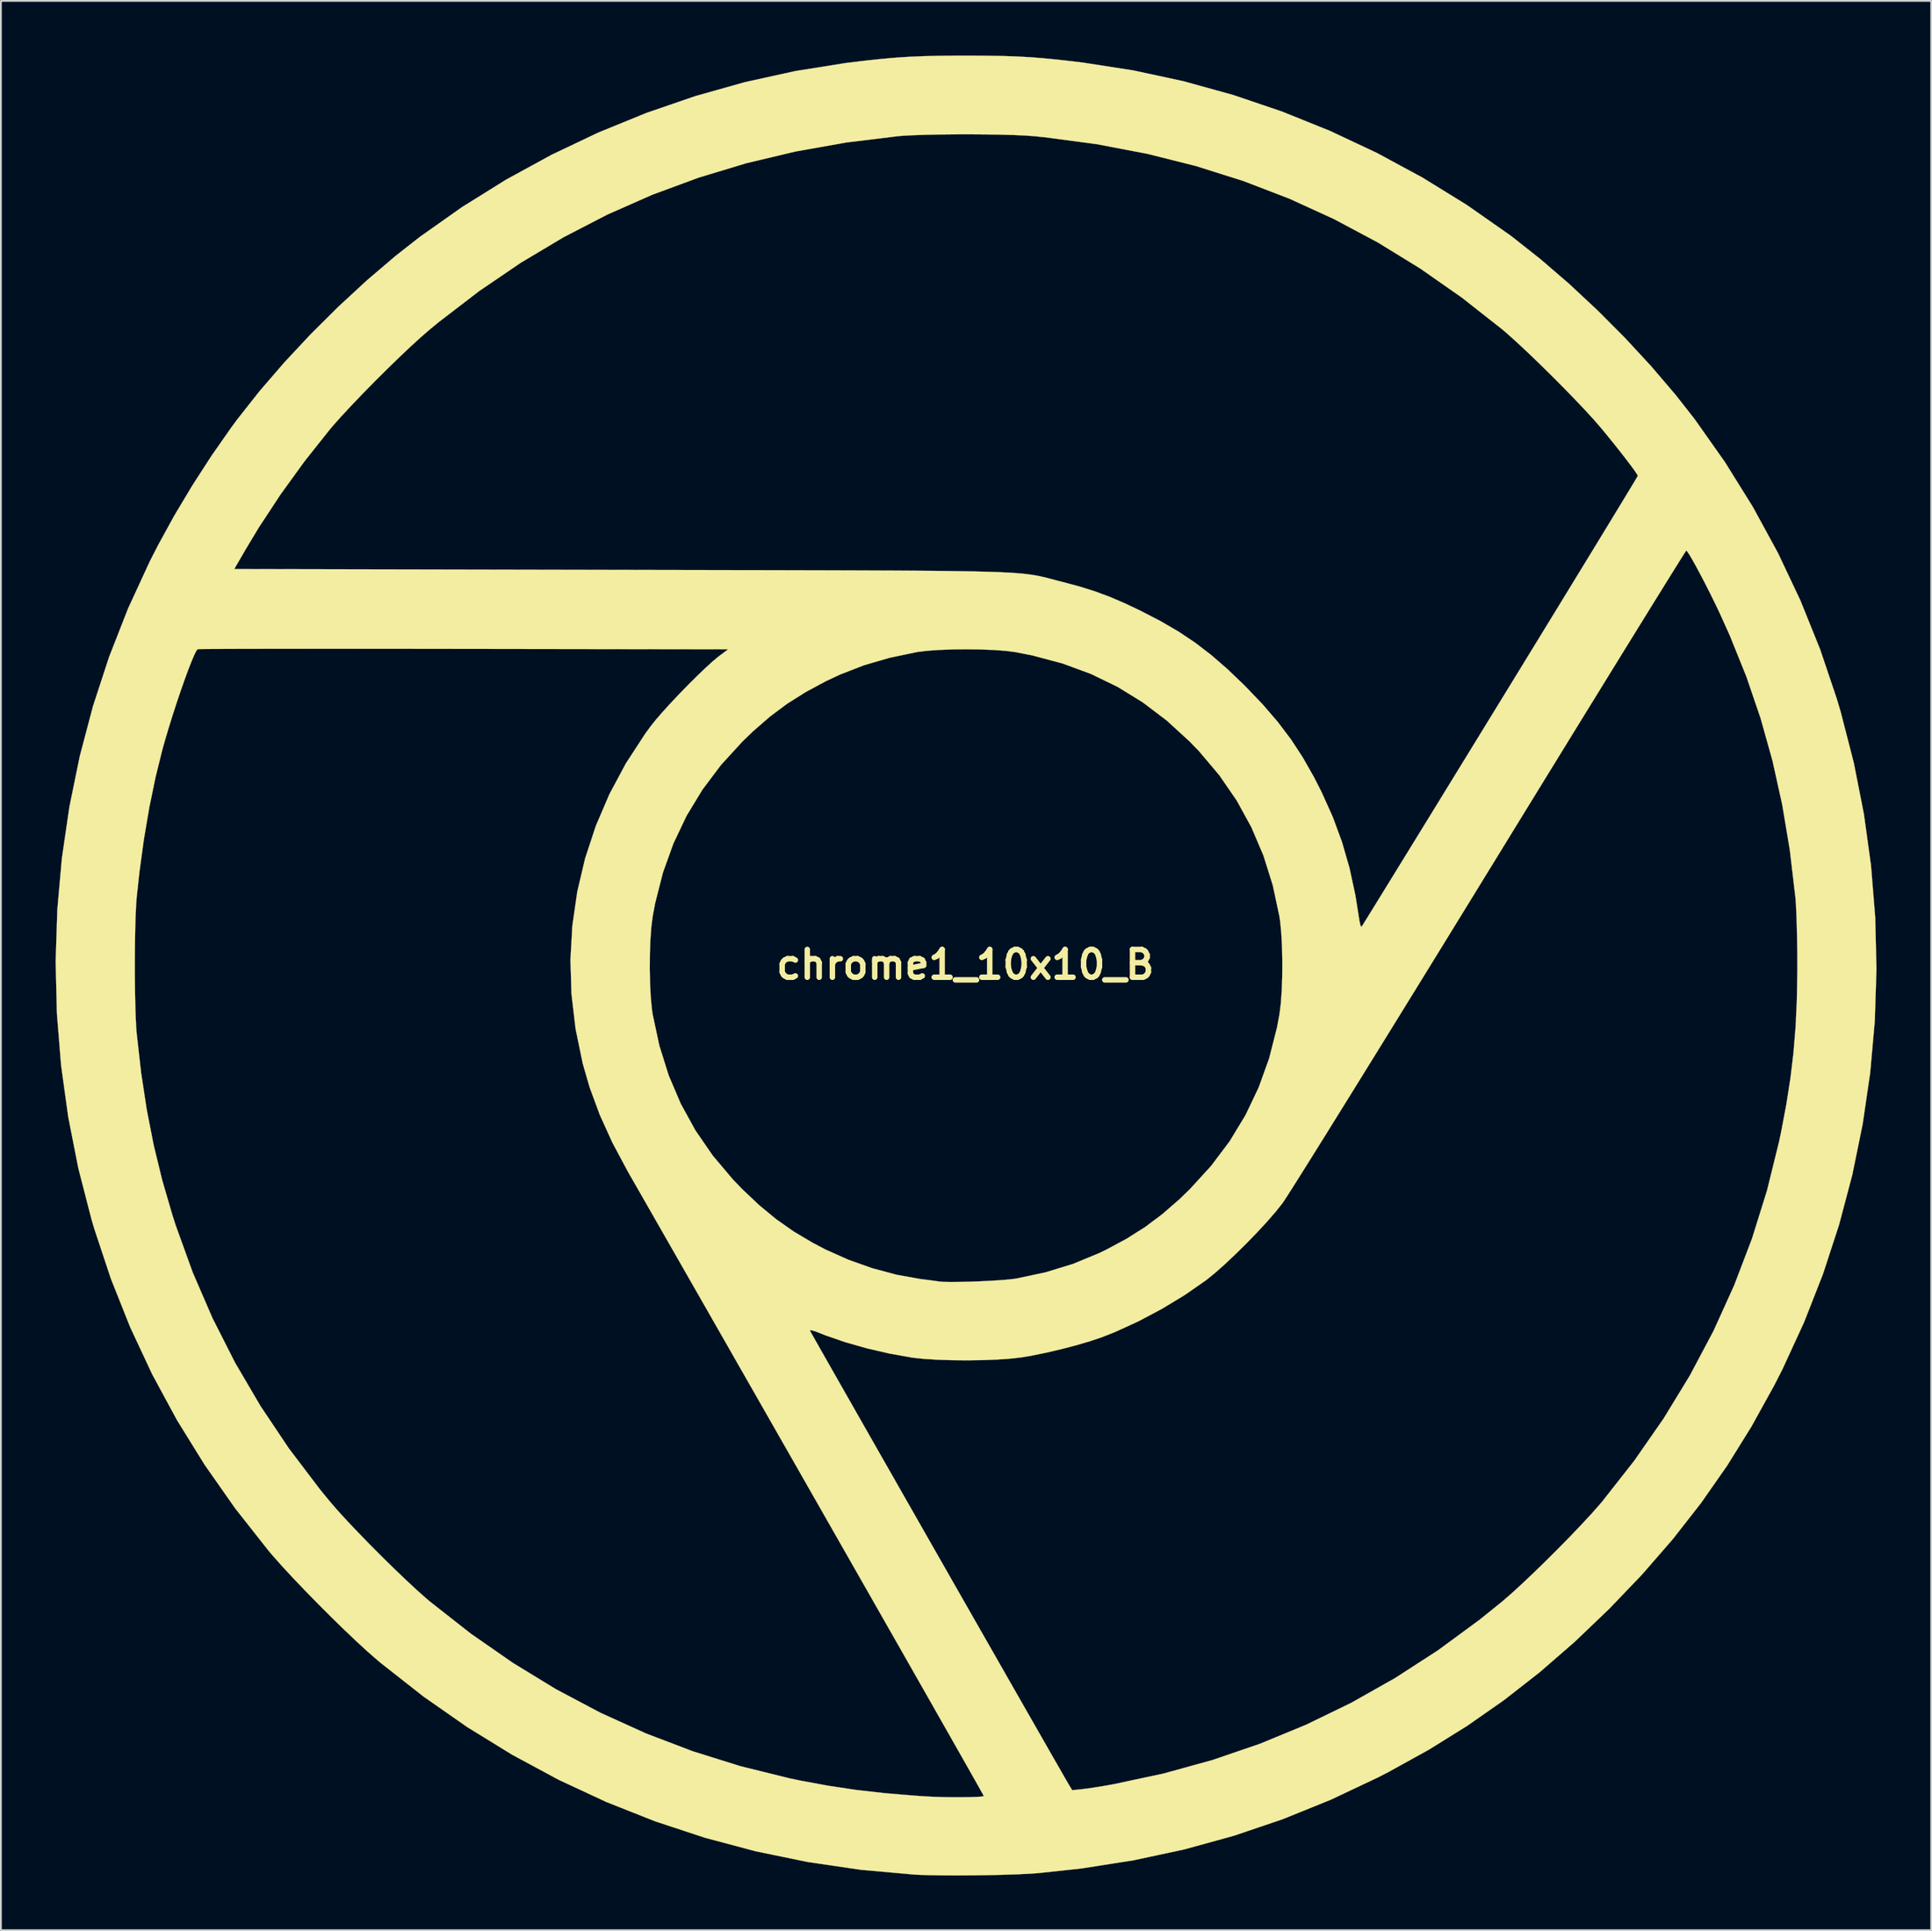
<source format=kicad_pcb>
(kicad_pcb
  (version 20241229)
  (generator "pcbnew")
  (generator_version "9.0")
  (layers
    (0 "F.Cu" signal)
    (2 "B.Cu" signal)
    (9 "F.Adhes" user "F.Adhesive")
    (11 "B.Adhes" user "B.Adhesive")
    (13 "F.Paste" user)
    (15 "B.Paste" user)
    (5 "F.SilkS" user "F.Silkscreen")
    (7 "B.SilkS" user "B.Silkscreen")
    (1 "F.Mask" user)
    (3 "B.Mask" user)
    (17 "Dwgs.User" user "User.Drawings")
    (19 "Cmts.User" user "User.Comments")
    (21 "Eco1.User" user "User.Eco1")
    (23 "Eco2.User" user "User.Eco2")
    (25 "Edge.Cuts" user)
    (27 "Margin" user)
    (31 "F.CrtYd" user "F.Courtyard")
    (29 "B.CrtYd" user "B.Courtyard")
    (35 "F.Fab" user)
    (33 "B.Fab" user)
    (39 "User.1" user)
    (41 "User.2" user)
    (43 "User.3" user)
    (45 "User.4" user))
  (footprint "chrome1_10x10_B"
    (layer "F.Cu")
    (at 49.933 49.906)
    (property "Reference" "chrome1_10x10_B" (at 0 0 0) (layer "F.SilkS") (effects (font (size 1.524 1.524) (thickness 0.3))))
    (attr through_hole)
    (fp_poly (pts (xy 1.055 -49.897) (xy 1.94 -49.884) (xy 2.738 -49.859) (xy 3.491 -49.819) (xy 4.241 -49.762) (xy 5.028 -49.686) (xy 5.894 -49.589) (xy 6.435 -49.523) (xy 9.211 -49.093) (xy 11.968 -48.499) (xy 14.696 -47.744) (xy 17.384 -46.833) (xy 20.02 -45.77) (xy 22.596 -44.559) (xy 25.1 -43.204) (xy 27.521 -41.71) (xy 29.85 -40.081) (xy 30.026 -39.95) (xy 31.577 -38.725) (xy 33.146 -37.372) (xy 34.701 -35.921) (xy 36.213 -34.403) (xy 37.65 -32.848) (xy 38.982 -31.287) (xy 40.029 -29.953) (xy 41.7 -27.584) (xy 43.229 -25.128) (xy 44.611 -22.592) (xy 45.843 -19.983) (xy 46.921 -17.309) (xy 47.842 -14.578) (xy 48.047 -13.885) (xy 48.766 -11.095) (xy 49.322 -8.278) (xy 49.714 -5.442) (xy 49.944 -2.595) (xy 50.013 0.254) (xy 49.921 3.099) (xy 49.669 5.932) (xy 49.258 8.744) (xy 48.689 11.528) (xy 47.962 14.275) (xy 47.079 16.979) (xy 46.039 19.632) (xy 44.845 22.225) (xy 44.4 23.097) (xy 43.151 25.355) (xy 41.82 27.497) (xy 40.387 29.549) (xy 38.838 31.532) (xy 37.153 33.472) (xy 35.353 35.353) (xy 33.45 37.173) (xy 31.529 38.842) (xy 29.568 40.374) (xy 27.543 41.789) (xy 25.431 43.102) (xy 23.209 44.33) (xy 22.648 44.618) (xy 20.059 45.842) (xy 17.429 46.907) (xy 14.753 47.815) (xy 12.021 48.568) (xy 9.227 49.167) (xy 6.362 49.616) (xy 4.022 49.868) (xy 3.483 49.905) (xy 2.811 49.937) (xy 2.042 49.962) (xy 1.211 49.981) (xy 0.355 49.992) (xy -0.49 49.997) (xy -1.289 49.993) (xy -2.005 49.981) (xy -2.603 49.961) (xy -2.794 49.95) (xy -5.746 49.686) (xy -8.649 49.259) (xy -11.5 48.672) (xy -14.296 47.926) (xy -17.033 47.023) (xy -19.709 45.962) (xy -22.32 44.746) (xy -24.865 43.375) (xy -27.338 41.852) (xy -29.739 40.176) (xy -32.063 38.35) (xy -32.258 38.187) (xy -32.787 37.726) (xy -33.402 37.162) (xy -34.078 36.52) (xy -34.79 35.825) (xy -35.512 35.103) (xy -36.221 34.378) (xy -36.891 33.676) (xy -37.497 33.022) (xy -38.014 32.44) (xy -38.241 32.173) (xy -40.072 29.848) (xy -41.747 27.459) (xy -43.266 25.005) (xy -44.63 22.484) (xy -45.841 19.892) (xy -46.901 17.228) (xy -47.81 14.489) (xy -47.963 13.97) (xy -48.682 11.179) (xy -49.237 8.362) (xy -49.629 5.527) (xy -49.859 2.68) (xy -49.928 -0.17) (xy -49.926 -0.228) (xy -45.583 -0.228) (xy -45.582 0.621) (xy -45.573 1.448) (xy -45.557 2.221) (xy -45.535 2.91) (xy -45.505 3.48) (xy -45.482 3.768) (xy -45.239 5.921) (xy -44.93 7.954) (xy -44.548 9.905) (xy -44.084 11.813) (xy -43.53 13.715) (xy -43.34 14.309) (xy -42.406 16.893) (xy -41.319 19.406) (xy -40.079 21.852) (xy -38.684 24.231) (xy -37.134 26.546) (xy -35.426 28.799) (xy -34.878 29.469) (xy -34.46 29.952) (xy -33.94 30.521) (xy -33.343 31.152) (xy -32.695 31.818) (xy -32.022 32.495) (xy -31.348 33.157) (xy -30.699 33.778) (xy -30.101 34.334) (xy -29.578 34.799) (xy -29.384 34.963) (xy -27.141 36.724) (xy -24.834 38.328) (xy -22.463 39.776) (xy -20.027 41.067) (xy -17.527 42.202) (xy -14.962 43.18) (xy -12.333 44.002) (xy -9.638 44.668) (xy -9.059 44.789) (xy -7.524 45.073) (xy -5.988 45.303) (xy -4.401 45.484) (xy -2.714 45.623) (xy -2.074 45.664) (xy -1.641 45.685) (xy -1.164 45.698) (xy -0.671 45.705) (xy -0.193 45.705) (xy 0.244 45.699) (xy 0.608 45.687) (xy 0.871 45.67) (xy 1.005 45.647) (xy 1.016 45.637) (xy 0.975 45.558) (xy 0.853 45.34) (xy 0.656 44.987) (xy 0.386 44.509) (xy 0.048 43.911) (xy -0.355 43.201) (xy -0.818 42.385) (xy -1.337 41.471) (xy -1.91 40.464) (xy -2.53 39.373) (xy -3.196 38.203) (xy -3.902 36.963) (xy -4.645 35.658) (xy -5.421 34.296) (xy -6.226 32.884) (xy -7.056 31.428) (xy -7.907 29.935) (xy -8.775 28.413) (xy -9.657 26.867) (xy -10.548 25.306) (xy -11.444 23.736) (xy -12.342 22.164) (xy -13.237 20.596) (xy -13.531 20.082) (xy -8.53 20.082) (xy -8.528 20.088) (xy -8.483 20.171) (xy -8.359 20.39) (xy -8.162 20.739) (xy -7.897 21.206) (xy -7.569 21.784) (xy -7.184 22.462) (xy -6.746 23.232) (xy -6.261 24.083) (xy -5.735 25.008) (xy -5.172 25.996) (xy -4.579 27.038) (xy -3.959 28.125) (xy -3.319 29.249) (xy -2.664 30.398) (xy -1.999 31.565) (xy -1.329 32.739) (xy -0.66 33.913) (xy 0.003 35.075) (xy 0.655 36.218) (xy 1.291 37.331) (xy 1.904 38.406) (xy 2.49 39.433) (xy 3.044 40.403) (xy 3.561 41.307) (xy 4.034 42.135) (xy 4.459 42.879) (xy 4.83 43.528) (xy 5.143 44.073) (xy 5.391 44.506) (xy 5.57 44.818) (xy 5.675 44.997) (xy 5.695 45.032) (xy 5.869 45.317) (xy 6.422 45.261) (xy 6.72 45.223) (xy 7.131 45.162) (xy 7.604 45.085) (xy 8.085 45) (xy 8.123 44.993) (xy 10.878 44.405) (xy 13.561 43.664) (xy 16.173 42.77) (xy 18.715 41.721) (xy 21.19 40.518) (xy 23.596 39.159) (xy 25.937 37.645) (xy 28.213 35.974) (xy 29.466 34.965) (xy 29.95 34.546) (xy 30.52 34.025) (xy 31.152 33.428) (xy 31.819 32.78) (xy 32.496 32.106) (xy 33.158 31.432) (xy 33.78 30.782) (xy 34.335 30.184) (xy 34.8 29.66) (xy 34.963 29.469) (xy 36.724 27.226) (xy 38.328 24.918) (xy 39.776 22.545) (xy 41.068 20.108) (xy 42.203 17.606) (xy 43.182 15.039) (xy 44.004 12.408) (xy 44.67 9.712) (xy 44.789 9.144) (xy 45.071 7.647) (xy 45.293 6.226) (xy 45.459 4.834) (xy 45.575 3.425) (xy 45.644 1.953) (xy 45.671 0.371) (xy 45.671 0.042) (xy 45.668 -0.673) (xy 45.658 -1.393) (xy 45.642 -2.082) (xy 45.622 -2.707) (xy 45.598 -3.236) (xy 45.571 -3.634) (xy 45.566 -3.683) (xy 45.259 -6.289) (xy 44.841 -8.784) (xy 44.309 -11.188) (xy 43.655 -13.524) (xy 42.874 -15.813) (xy 41.961 -18.076) (xy 41.407 -19.304) (xy 41.151 -19.84) (xy 40.882 -20.387) (xy 40.61 -20.922) (xy 40.347 -21.427) (xy 40.105 -21.877) (xy 39.895 -22.254) (xy 39.727 -22.535) (xy 39.614 -22.699) (xy 39.575 -22.733) (xy 39.525 -22.662) (xy 39.391 -22.453) (xy 39.176 -22.111) (xy 38.885 -21.644) (xy 38.52 -21.058) (xy 38.086 -20.358) (xy 37.586 -19.551) (xy 37.025 -18.643) (xy 36.405 -17.641) (xy 35.732 -16.55) (xy 35.009 -15.377) (xy 34.239 -14.128) (xy 33.427 -12.809) (xy 32.577 -11.426) (xy 31.691 -9.986) (xy 30.775 -8.495) (xy 29.831 -6.959) (xy 28.865 -5.384) (xy 28.794 -5.27) (xy 27.818 -3.679) (xy 26.859 -2.12) (xy 25.924 -0.599) (xy 25.015 0.876) (xy 24.137 2.301) (xy 23.294 3.667) (xy 22.489 4.969) (xy 21.728 6.199) (xy 21.015 7.351) (xy 20.352 8.418) (xy 19.746 9.394) (xy 19.199 10.272) (xy 18.715 11.045) (xy 18.3 11.706) (xy 17.957 12.25) (xy 17.69 12.669) (xy 17.503 12.956) (xy 17.403 13.103) (xy 17.035 13.566) (xy 16.566 14.105) (xy 16.024 14.691) (xy 15.44 15.294) (xy 14.841 15.885) (xy 14.258 16.435) (xy 13.718 16.914) (xy 13.252 17.294) (xy 13.201 17.333) (xy 12.044 18.136) (xy 10.79 18.896) (xy 9.493 19.584) (xy 8.203 20.173) (xy 7.493 20.453) (xy 6.851 20.669) (xy 6.093 20.891) (xy 5.271 21.106) (xy 4.435 21.301) (xy 3.639 21.464) (xy 3.09 21.557) (xy 2.496 21.626) (xy 1.777 21.677) (xy 0.974 21.708) (xy 0.128 21.72) (xy -0.721 21.713) (xy -1.531 21.687) (xy -2.261 21.641) (xy -2.872 21.577) (xy -2.963 21.563) (xy -4.191 21.342) (xy -5.417 21.057) (xy -6.59 20.723) (xy -7.662 20.353) (xy -7.988 20.223) (xy -8.276 20.115) (xy -8.465 20.066) (xy -8.53 20.082) (xy -13.531 20.082) (xy -14.126 19.04) (xy -15.005 17.503) (xy -15.869 15.991) (xy -16.715 14.512) (xy -17.539 13.072) (xy -18.337 11.678) (xy -18.518 11.362) (xy -19.364 9.779) (xy -20.062 8.243) (xy -20.619 6.733) (xy -20.997 5.424) (xy -21.389 3.527) (xy -21.613 1.628) (xy -21.656 0.226) (xy -17.319 0.226) (xy -17.303 1.026) (xy -17.265 1.773) (xy -17.204 2.42) (xy -17.162 2.717) (xy -16.794 4.439) (xy -16.281 6.075) (xy -15.622 7.625) (xy -14.815 9.094) (xy -13.86 10.482) (xy -12.754 11.793) (xy -12.242 12.324) (xy -11.3 13.214) (xy -10.371 13.979) (xy -9.41 14.654) (xy -8.369 15.272) (xy -7.655 15.645) (xy -6.416 16.199) (xy -5.109 16.663) (xy -3.786 17.019) (xy -2.501 17.251) (xy -2.413 17.262) (xy -2.046 17.309) (xy -1.721 17.352) (xy -1.492 17.385) (xy -1.439 17.393) (xy -1.208 17.413) (xy -0.841 17.421) (xy -0.373 17.418) (xy 0.163 17.406) (xy 0.732 17.386) (xy 1.302 17.359) (xy 1.837 17.327) (xy 2.305 17.29) (xy 2.672 17.25) (xy 2.793 17.232) (xy 4.405 16.89) (xy 5.917 16.426) (xy 7.354 15.832) (xy 7.74 15.645) (xy 8.855 15.045) (xy 9.86 14.41) (xy 10.804 13.705) (xy 11.733 12.898) (xy 12.327 12.324) (xy 13.496 11.045) (xy 14.514 9.69) (xy 15.384 8.255) (xy 16.105 6.74) (xy 16.68 5.14) (xy 17.109 3.455) (xy 17.247 2.717) (xy 17.319 2.143) (xy 17.369 1.446) (xy 17.397 0.669) (xy 17.403 -0.141) (xy 17.387 -0.942) (xy 17.349 -1.688) (xy 17.289 -2.335) (xy 17.247 -2.632) (xy 16.879 -4.355) (xy 16.366 -5.99) (xy 15.706 -7.541) (xy 14.9 -9.009) (xy 13.944 -10.398) (xy 12.839 -11.709) (xy 12.327 -12.24) (xy 11.065 -13.396) (xy 9.746 -14.397) (xy 8.359 -15.251) (xy 6.895 -15.961) (xy 5.342 -16.533) (xy 3.69 -16.974) (xy 2.748 -17.159) (xy 2.234 -17.226) (xy 1.594 -17.274) (xy 0.868 -17.303) (xy 0.097 -17.314) (xy -0.676 -17.306) (xy -1.411 -17.279) (xy -2.066 -17.234) (xy -2.6 -17.17) (xy -2.663 -17.159) (xy -4.166 -16.844) (xy -5.556 -16.438) (xy -6.869 -15.929) (xy -7.655 -15.56) (xy -8.77 -14.96) (xy -9.776 -14.325) (xy -10.719 -13.621) (xy -11.648 -12.813) (xy -12.242 -12.24) (xy -13.411 -10.961) (xy -14.43 -9.605) (xy -15.299 -8.171) (xy -16.02 -6.655) (xy -16.595 -5.056) (xy -17.024 -3.37) (xy -17.162 -2.632) (xy -17.234 -2.058) (xy -17.284 -1.361) (xy -17.313 -0.585) (xy -17.319 0.226) (xy -21.656 0.226) (xy -21.672 -0.265) (xy -21.566 -2.144) (xy -21.298 -4.001) (xy -20.868 -5.827) (xy -20.28 -7.615) (xy -19.534 -9.356) (xy -18.632 -11.043) (xy -17.575 -12.667) (xy -17.26 -13.099) (xy -16.977 -13.452) (xy -16.604 -13.883) (xy -16.164 -14.366) (xy -15.683 -14.875) (xy -15.186 -15.385) (xy -14.697 -15.871) (xy -14.242 -16.306) (xy -13.846 -16.666) (xy -13.532 -16.925) (xy -13.511 -16.941) (xy -13.01 -17.314) (xy -27.523 -17.336) (xy -29.079 -17.338) (xy -30.589 -17.34) (xy -32.046 -17.341) (xy -33.439 -17.342) (xy -34.761 -17.342) (xy -36.003 -17.342) (xy -37.156 -17.341) (xy -38.211 -17.34) (xy -39.16 -17.339) (xy -39.994 -17.337) (xy -40.704 -17.334) (xy -41.281 -17.332) (xy -41.716 -17.329) (xy -42.002 -17.325) (xy -42.129 -17.322) (xy -42.134 -17.321) (xy -42.212 -17.222) (xy -42.33 -16.982) (xy -42.483 -16.619) (xy -42.664 -16.154) (xy -42.864 -15.607) (xy -43.077 -14.998) (xy -43.296 -14.348) (xy -43.514 -13.676) (xy -43.724 -13.002) (xy -43.919 -12.347) (xy -44.07 -11.811) (xy -44.449 -10.279) (xy -44.791 -8.617) (xy -45.088 -6.862) (xy -45.335 -5.048) (xy -45.482 -3.683) (xy -45.516 -3.203) (xy -45.544 -2.586) (xy -45.564 -1.863) (xy -45.577 -1.066) (xy -45.583 -0.228) (xy -49.926 -0.228) (xy -49.836 -3.015) (xy -49.585 -5.847) (xy -49.174 -8.659) (xy -48.604 -11.443) (xy -47.878 -14.191) (xy -46.994 -16.895) (xy -45.955 -19.547) (xy -44.955 -21.717) (xy -40.126 -21.717) (xy -18.941 -21.672) (xy -16.673 -21.667) (xy -14.567 -21.663) (xy -12.618 -21.659) (xy -10.818 -21.656) (xy -9.16 -21.652) (xy -7.639 -21.648) (xy -6.247 -21.644) (xy -4.978 -21.639) (xy -3.826 -21.634) (xy -2.783 -21.627) (xy -1.842 -21.62) (xy -0.998 -21.611) (xy -0.244 -21.6) (xy 0.427 -21.588) (xy 1.022 -21.574) (xy 1.548 -21.558) (xy 2.01 -21.54) (xy 2.416 -21.519) (xy 2.772 -21.496) (xy 3.085 -21.47) (xy 3.361 -21.441) (xy 3.608 -21.409) (xy 3.831 -21.374) (xy 4.038 -21.335) (xy 4.235 -21.292) (xy 4.428 -21.246) (xy 4.625 -21.195) (xy 4.832 -21.141) (xy 5.056 -21.081) (xy 5.302 -21.018) (xy 5.376 -20.999) (xy 6.293 -20.753) (xy 7.122 -20.492) (xy 7.922 -20.195) (xy 8.749 -19.841) (xy 9.61 -19.433) (xy 10.713 -18.862) (xy 11.704 -18.285) (xy 12.619 -17.674) (xy 13.498 -17) (xy 14.379 -16.236) (xy 15.301 -15.353) (xy 15.369 -15.285) (xy 16.318 -14.294) (xy 17.142 -13.337) (xy 17.869 -12.377) (xy 18.526 -11.374) (xy 19.142 -10.289) (xy 19.559 -9.469) (xy 20.172 -8.105) (xy 20.677 -6.734) (xy 21.087 -5.315) (xy 21.412 -3.811) (xy 21.632 -2.424) (xy 21.676 -2.203) (xy 21.726 -2.087) (xy 21.755 -2.085) (xy 21.806 -2.164) (xy 21.94 -2.38) (xy 22.154 -2.725) (xy 22.443 -3.193) (xy 22.802 -3.775) (xy 23.226 -4.464) (xy 23.711 -5.252) (xy 24.253 -6.133) (xy 24.846 -7.098) (xy 25.487 -8.141) (xy 26.17 -9.253) (xy 26.891 -10.428) (xy 27.646 -11.657) (xy 28.429 -12.934) (xy 29.237 -14.251) (xy 29.368 -14.464) (xy 30.179 -15.786) (xy 30.965 -17.069) (xy 31.722 -18.306) (xy 32.447 -19.49) (xy 33.133 -20.612) (xy 33.777 -21.666) (xy 34.374 -22.643) (xy 34.919 -23.537) (xy 35.409 -24.341) (xy 35.837 -25.046) (xy 36.201 -25.645) (xy 36.495 -26.131) (xy 36.715 -26.496) (xy 36.856 -26.733) (xy 36.913 -26.834) (xy 36.915 -26.837) (xy 36.863 -26.937) (xy 36.72 -27.147) (xy 36.499 -27.447) (xy 36.217 -27.817) (xy 35.89 -28.237) (xy 35.532 -28.686) (xy 35.159 -29.145) (xy 34.896 -29.464) (xy 34.5 -29.92) (xy 34.002 -30.463) (xy 33.427 -31.069) (xy 32.8 -31.713) (xy 32.145 -32.371) (xy 31.487 -33.018) (xy 30.851 -33.629) (xy 30.261 -34.179) (xy 29.743 -34.644) (xy 29.469 -34.878) (xy 27.246 -36.627) (xy 24.971 -38.216) (xy 22.639 -39.649) (xy 20.246 -40.926) (xy 17.788 -42.05) (xy 15.261 -43.021) (xy 12.66 -43.842) (xy 9.983 -44.514) (xy 7.225 -45.04) (xy 4.381 -45.42) (xy 3.768 -45.482) (xy 3.288 -45.516) (xy 2.67 -45.544) (xy 1.947 -45.564) (xy 1.151 -45.577) (xy 0.312 -45.583) (xy -0.536 -45.582) (xy -1.363 -45.573) (xy -2.137 -45.557) (xy -2.825 -45.535) (xy -3.396 -45.505) (xy -3.683 -45.482) (xy -6.545 -45.132) (xy -9.321 -44.638) (xy -12.016 -43.997) (xy -14.632 -43.207) (xy -17.174 -42.268) (xy -19.646 -41.177) (xy -22.053 -39.932) (xy -24.397 -38.533) (xy -26.684 -36.976) (xy -28.918 -35.262) (xy -29.384 -34.878) (xy -29.868 -34.459) (xy -30.438 -33.939) (xy -31.069 -33.342) (xy -31.735 -32.694) (xy -32.413 -32.02) (xy -33.075 -31.345) (xy -33.696 -30.696) (xy -34.253 -30.097) (xy -34.718 -29.573) (xy -34.88 -29.381) (xy -36.266 -27.636) (xy -37.576 -25.826) (xy -38.779 -23.997) (xy -39.496 -22.804) (xy -40.126 -21.717) (xy -44.955 -21.717) (xy -44.76 -22.14) (xy -44.315 -23.012) (xy -43.418 -24.648) (xy -42.421 -26.313) (xy -41.363 -27.95) (xy -40.281 -29.497) (xy -39.944 -29.953) (xy -38.727 -31.495) (xy -37.379 -33.057) (xy -35.93 -34.609) (xy -34.411 -36.119) (xy -32.852 -37.559) (xy -31.284 -38.897) (xy -29.941 -39.95) (xy -27.62 -41.589) (xy -25.205 -43.094) (xy -22.707 -44.459) (xy -20.137 -45.681) (xy -17.504 -46.756) (xy -14.821 -47.679) (xy -12.096 -48.446) (xy -9.34 -49.053) (xy -6.565 -49.496) (xy -6.35 -49.523) (xy -5.421 -49.634) (xy -4.594 -49.722) (xy -3.829 -49.789) (xy -3.083 -49.838) (xy -2.315 -49.871) (xy -1.484 -49.891) (xy -0.549 -49.9) (xy 0.042 -49.901) (xy 1.055 -49.897)) (stroke (width 0.01) (type solid)) (fill yes) (layer "F.SilkS")))
  (gr_rect
    (start -3 -3)
    (end 102.951 102.908)
    (stroke (width 0.1) (type default))
    (fill no)
    (layer "Edge.Cuts")))
</source>
